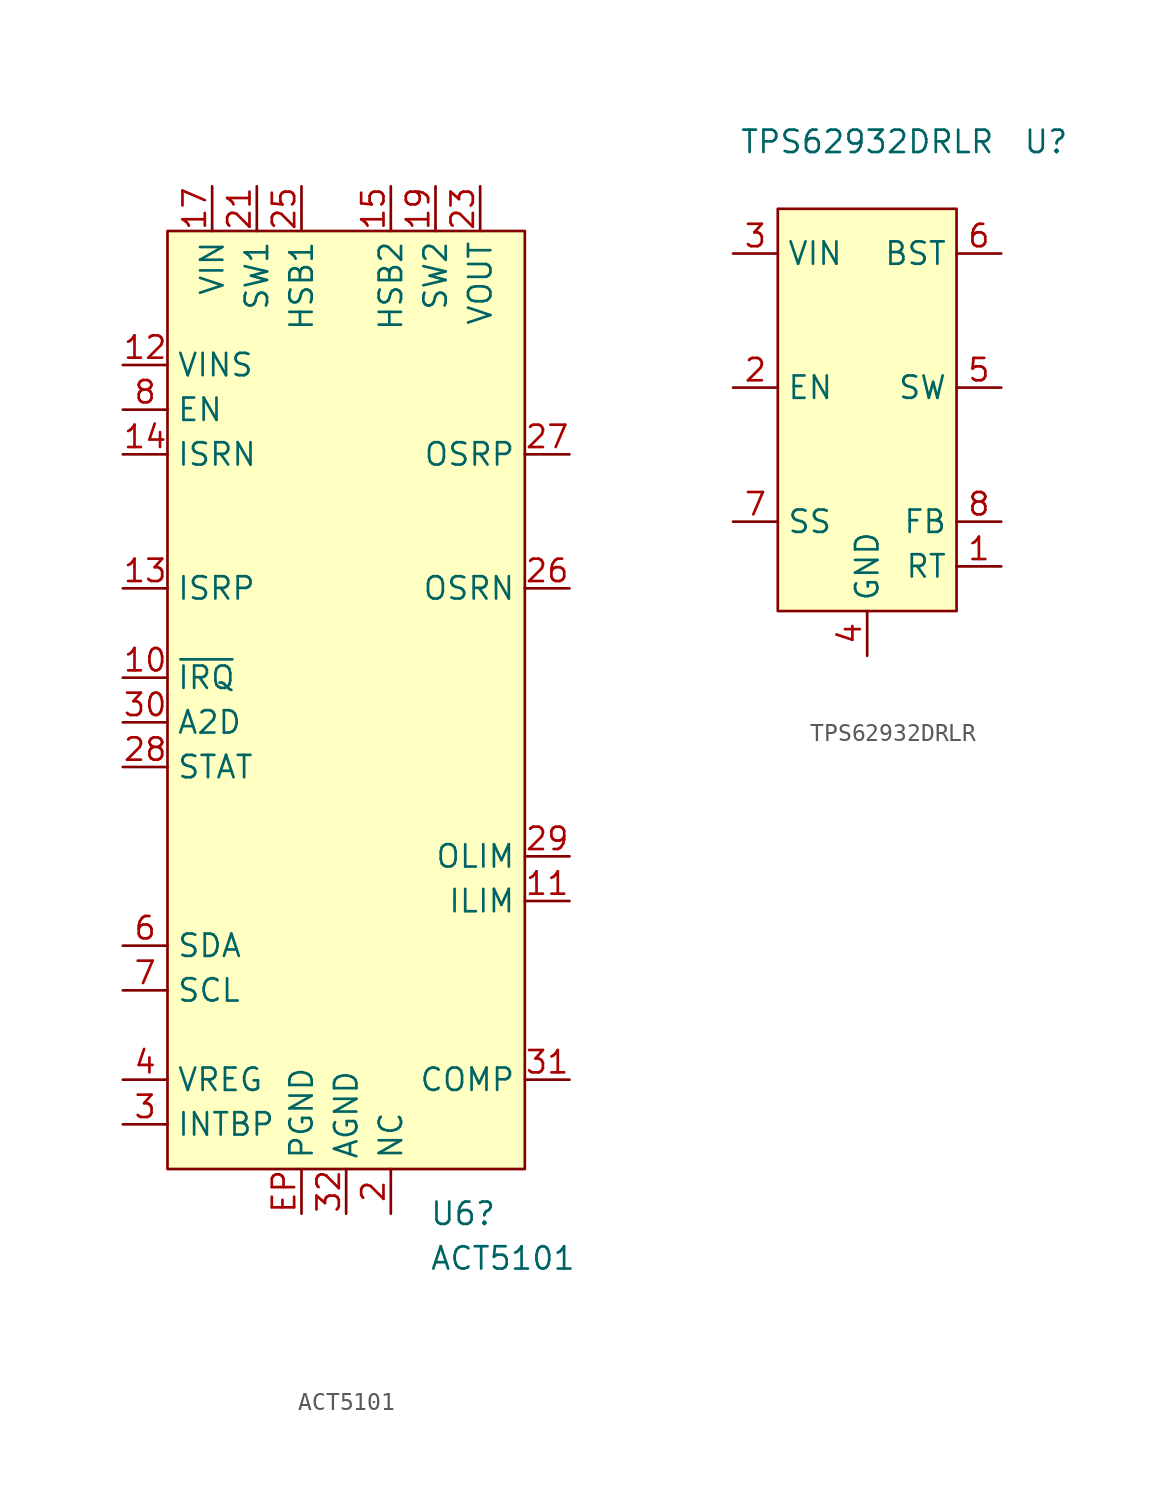
<source format=kicad_sym>
(kicad_symbol_lib
  (version 20220914)
  (generator kicad_symbol_editor)
  (symbol "ACT5101"
    (property "Reference" "U6"
      (at 4.734 -43.18 0)
      (effects (font (size 1.27 1.27)) (justify left)))
    (property "Value" "ACT5101"
      (at 4.734 -45.72 0)
      (effects (font (size 1.27 1.27)) (justify left)))
    (symbol "ACT5101_0_0"
      (pin input line (at -12.7 -12.7 0) (length 2.54) (name "~{IRQ}" (effects (font (size 1.27 1.27)))) (number "10" (effects (font (size 1.27 1.27)))))
      (pin input line (at 12.7 -25.4 180) (length 2.54) (name "ILIM" (effects (font (size 1.27 1.27)))) (number "11" (effects (font (size 1.27 1.27)))))
      (pin input line (at -12.7 5.08 0) (length 2.54) (name "VINS" (effects (font (size 1.27 1.27)))) (number "12" (effects (font (size 1.27 1.27)))))
      (pin input line (at -12.7 -7.62 0) (length 2.54) (name "ISRP" (effects (font (size 1.27 1.27)))) (number "13" (effects (font (size 1.27 1.27)))))
      (pin input line (at -12.7 0 0) (length 2.54) (name "ISRN" (effects (font (size 1.27 1.27)))) (number "14" (effects (font (size 1.27 1.27)))))
      (pin input line (at 2.54 15.24 270) (length 2.54) (name "HSB2" (effects (font (size 1.27 1.27)))) (number "15" (effects (font (size 1.27 1.27)))))
      (pin input line (at -7.62 15.24 270) (length 2.54) (name "VIN" (effects (font (size 1.27 1.27)))) (number "17" (effects (font (size 1.27 1.27)))))
      (pin output line (at 5.08 15.24 270) (length 2.54) (name "SW2" (effects (font (size 1.27 1.27)))) (number "19" (effects (font (size 1.27 1.27)))))
      (pin input line (at 2.54 -43.18 90) (length 2.54) (name "NC" (effects (font (size 1.27 1.27)))) (number "2" (effects (font (size 1.27 1.27)))))
      (pin output line (at -5.08 15.24 270) (length 2.54) (name "SW1" (effects (font (size 1.27 1.27)))) (number "21" (effects (font (size 1.27 1.27)))))
      (pin power_out line (at 7.62 15.24 270) (length 2.54) (name "VOUT" (effects (font (size 1.27 1.27)))) (number "23" (effects (font (size 1.27 1.27)))))
      (pin input line (at -2.54 15.24 270) (length 2.54) (name "HSB1" (effects (font (size 1.27 1.27)))) (number "25" (effects (font (size 1.27 1.27)))))
      (pin input line (at 12.7 -7.62 180) (length 2.54) (name "OSRN" (effects (font (size 1.27 1.27)))) (number "26" (effects (font (size 1.27 1.27)))))
      (pin input line (at 12.7 0 180) (length 2.54) (name "OSRP" (effects (font (size 1.27 1.27)))) (number "27" (effects (font (size 1.27 1.27)))))
      (pin input line (at -12.7 -17.78 0) (length 2.54) (name "STAT" (effects (font (size 1.27 1.27)))) (number "28" (effects (font (size 1.27 1.27)))))
      (pin input line (at 12.7 -22.86 180) (length 2.54) (name "OLIM" (effects (font (size 1.27 1.27)))) (number "29" (effects (font (size 1.27 1.27)))))
      (pin input line (at -12.7 -38.1 0) (length 2.54) (name "INTBP" (effects (font (size 1.27 1.27)))) (number "3" (effects (font (size 1.27 1.27)))))
      (pin input line (at -12.7 -15.24 0) (length 2.54) (name "A2D" (effects (font (size 1.27 1.27)))) (number "30" (effects (font (size 1.27 1.27)))))
      (pin input line (at 12.7 -35.56 180) (length 2.54) (name "COMP" (effects (font (size 1.27 1.27)))) (number "31" (effects (font (size 1.27 1.27)))))
      (pin power_in line (at 0 -43.18 90) (length 2.54) (name "AGND" (effects (font (size 1.27 1.27)))) (number "32" (effects (font (size 1.27 1.27)))))
      (pin input line (at -12.7 -35.56 0) (length 2.54) (name "VREG" (effects (font (size 1.27 1.27)))) (number "4" (effects (font (size 1.27 1.27)))))
      (pin input line (at -12.7 -27.94 0) (length 2.54) (name "SDA" (effects (font (size 1.27 1.27)))) (number "6" (effects (font (size 1.27 1.27)))))
      (pin input line (at -12.7 -30.48 0) (length 2.54) (name "SCL" (effects (font (size 1.27 1.27)))) (number "7" (effects (font (size 1.27 1.27)))))
      (pin input line (at -12.7 2.54 0) (length 2.54) (name "EN" (effects (font (size 1.27 1.27)))) (number "8" (effects (font (size 1.27 1.27)))))
      (pin power_in line (at -2.54 -43.18 90) (length 2.54) (name "PGND" (effects (font (size 1.27 1.27)))) (number "EP" (effects (font (size 1.27 1.27))))))
    (symbol "ACT5101_1_0"
      (pin power_in line (at 0 -43.18 90) (length 2.54) hide (name "AGND" (effects (font (size 1.27 1.27)))) (number "1" (effects (font (size 1.27 1.27)))))
      (pin input line (at -7.62 15.24 270) (length 2.54) hide (name "VIN" (effects (font (size 1.27 1.27)))) (number "16" (effects (font (size 1.27 1.27)))))
      (pin output line (at 5.08 15.24 270) (length 2.54) hide (name "SW2" (effects (font (size 1.27 1.27)))) (number "18" (effects (font (size 1.27 1.27)))))
      (pin power_in line (at -2.54 -43.18 90) (length 2.54) hide (name "PGND" (effects (font (size 1.27 1.27)))) (number "20" (effects (font (size 1.27 1.27)))))
      (pin output line (at -5.08 15.24 270) (length 2.54) hide (name "SW1" (effects (font (size 1.27 1.27)))) (number "22" (effects (font (size 1.27 1.27)))))
      (pin power_out line (at 7.62 15.24 270) (length 2.54) hide (name "VOUT" (effects (font (size 1.27 1.27)))) (number "24" (effects (font (size 1.27 1.27)))))
      (pin power_in line (at -2.54 -43.18 90) (length 2.54) hide (name "PGND" (effects (font (size 1.27 1.27)))) (number "5" (effects (font (size 1.27 1.27)))))
      (pin power_in line (at 0 -43.18 90) (length 2.54) hide (name "AGND" (effects (font (size 1.27 1.27)))) (number "9" (effects (font (size 1.27 1.27))))))
    (symbol "ACT5101_1_1"
      (rectangle (start -10.16 12.7) (end 10.16 -40.64) (stroke (width 0) (type default)) (fill (type background)))))
  (symbol "TPS62932DRLR"
    (property "Reference" "U"
      (at 10.16 11.43 0)
      (effects (font (size 1.27 1.27))))
    (property "Value" "TPS62932DRLR"
      (at 0 11.43 0)
      (effects (font (size 1.27 1.27))))
    (symbol "TPS62932DRLR_1_1"
      (rectangle (start -5.08 7.62) (end 5.08 -15.24) (stroke (width 0) (type default)) (fill (type background)))
      (pin input line (at 7.62 -12.7 180) (length 2.54) (name "RT" (effects (font (size 1.27 1.27)))) (number "1" (effects (font (size 1.27 1.27)))))
      (pin input line (at -7.62 -2.54 0) (length 2.54) (name "EN" (effects (font (size 1.27 1.27)))) (number "2" (effects (font (size 1.27 1.27)))))
      (pin power_in line (at -7.62 5.08 0) (length 2.54) (name "VIN" (effects (font (size 1.27 1.27)))) (number "3" (effects (font (size 1.27 1.27)))))
      (pin power_in line (at 0 -17.78 90) (length 2.54) (name "GND" (effects (font (size 1.27 1.27)))) (number "4" (effects (font (size 1.27 1.27)))))
      (pin input line (at 7.62 -2.54 180) (length 2.54) (name "SW" (effects (font (size 1.27 1.27)))) (number "5" (effects (font (size 1.27 1.27)))))
      (pin input line (at 7.62 5.08 180) (length 2.54) (name "BST" (effects (font (size 1.27 1.27)))) (number "6" (effects (font (size 1.27 1.27)))))
      (pin input line (at -7.62 -10.16 0) (length 2.54) (name "SS" (effects (font (size 1.27 1.27)))) (number "7" (effects (font (size 1.27 1.27)))))
      (pin input line (at 7.62 -10.16 180) (length 2.54) (name "FB" (effects (font (size 1.27 1.27)))) (number "8" (effects (font (size 1.27 1.27))))))))
</source>
